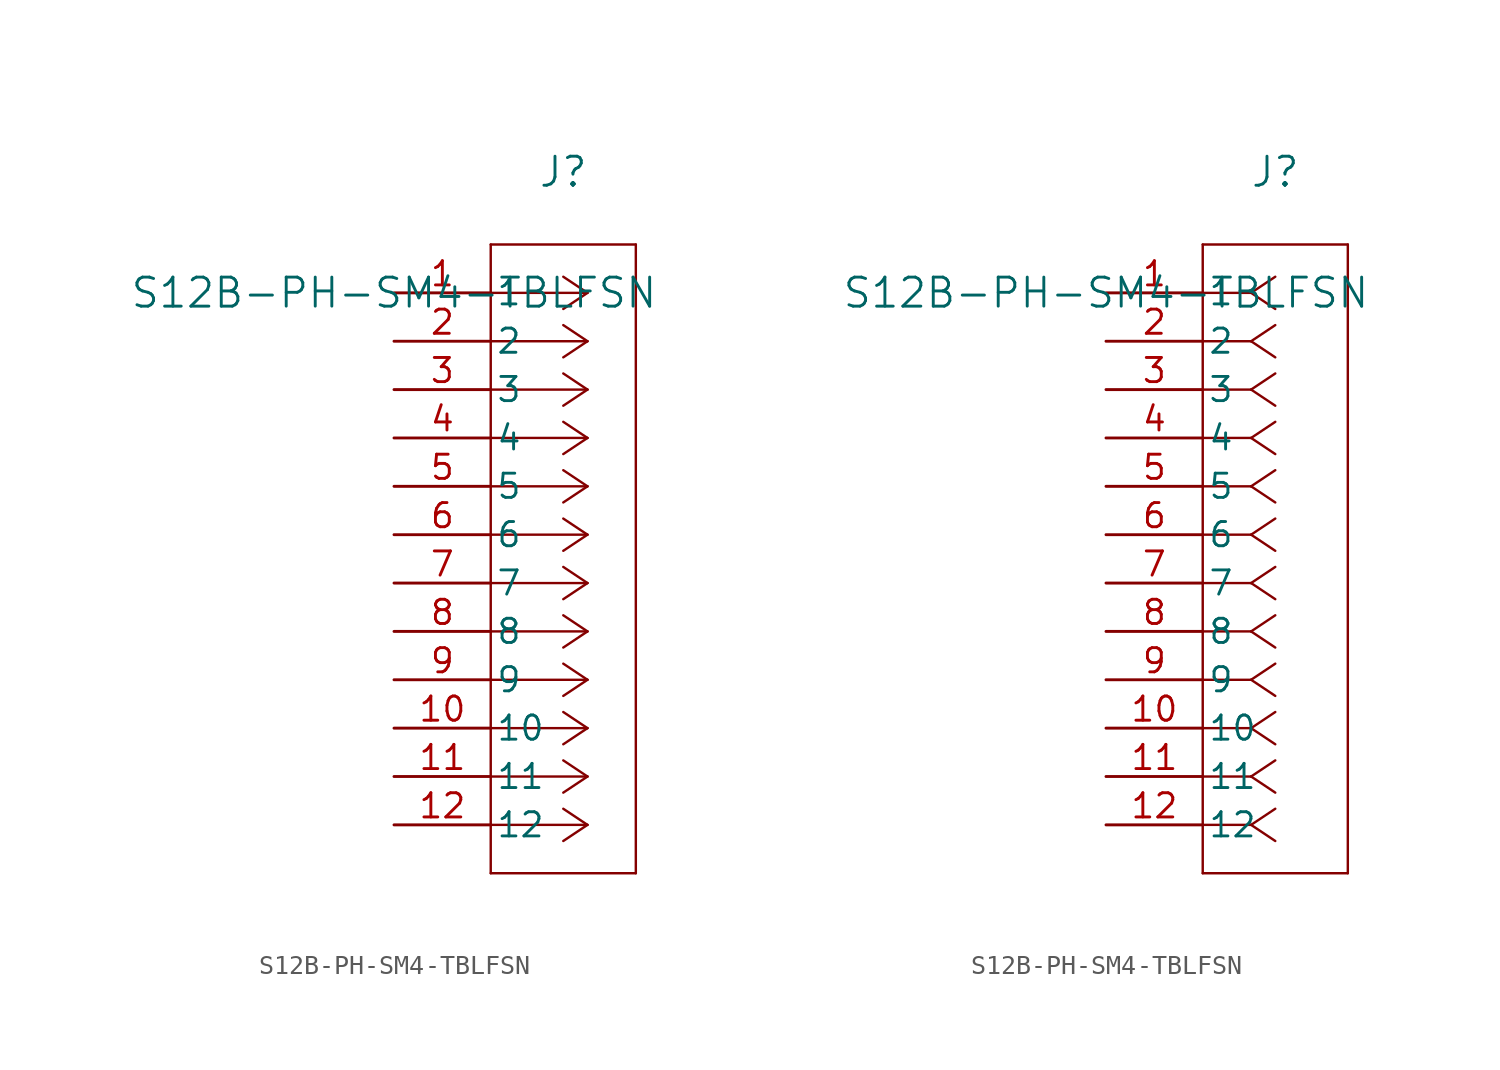
<source format=kicad_sym>
(kicad_symbol_lib
  (version 20211014)
  (generator kicad_symbol_editor)
  (symbol "S12B-PH-SM4-TBLFSN"
    (pin_names
      (offset 0.254))
    (property "Reference" "J"
      (at 8.89 6.35 0)
      (effects (font (size 1.524 1.524))))
    (property "Value" "S12B-PH-SM4-TBLFSN"
      (at 0 0 0)
      (effects (font (size 1.524 1.524))))
    (symbol "S12B-PH-SM4-TBLFSN_1_1"
      (polyline (pts (xy 10.16 0) (xy 5.08 0)) (stroke (width 0.127) (type default) (color 0 0 0 0)) (fill (type none)))
      (polyline (pts (xy 10.16 -2.54) (xy 5.08 -2.54)) (stroke (width 0.127) (type default) (color 0 0 0 0)) (fill (type none)))
      (polyline (pts (xy 10.16 -5.08) (xy 5.08 -5.08)) (stroke (width 0.127) (type default) (color 0 0 0 0)) (fill (type none)))
      (polyline (pts (xy 10.16 -7.62) (xy 5.08 -7.62)) (stroke (width 0.127) (type default) (color 0 0 0 0)) (fill (type none)))
      (polyline (pts (xy 10.16 -10.16) (xy 5.08 -10.16)) (stroke (width 0.127) (type default) (color 0 0 0 0)) (fill (type none)))
      (polyline (pts (xy 10.16 -12.7) (xy 5.08 -12.7)) (stroke (width 0.127) (type default) (color 0 0 0 0)) (fill (type none)))
      (polyline (pts (xy 10.16 -15.24) (xy 5.08 -15.24)) (stroke (width 0.127) (type default) (color 0 0 0 0)) (fill (type none)))
      (polyline (pts (xy 10.16 -17.78) (xy 5.08 -17.78)) (stroke (width 0.127) (type default) (color 0 0 0 0)) (fill (type none)))
      (polyline (pts (xy 10.16 -20.32) (xy 5.08 -20.32)) (stroke (width 0.127) (type default) (color 0 0 0 0)) (fill (type none)))
      (polyline (pts (xy 10.16 -22.86) (xy 5.08 -22.86)) (stroke (width 0.127) (type default) (color 0 0 0 0)) (fill (type none)))
      (polyline (pts (xy 10.16 -25.4) (xy 5.08 -25.4)) (stroke (width 0.127) (type default) (color 0 0 0 0)) (fill (type none)))
      (polyline (pts (xy 10.16 -27.94) (xy 5.08 -27.94)) (stroke (width 0.127) (type default) (color 0 0 0 0)) (fill (type none)))
      (polyline (pts (xy 10.16 0) (xy 8.89 0.847)) (stroke (width 0.127) (type default) (color 0 0 0 0)) (fill (type none)))
      (polyline (pts (xy 10.16 -2.54) (xy 8.89 -1.693)) (stroke (width 0.127) (type default) (color 0 0 0 0)) (fill (type none)))
      (polyline (pts (xy 10.16 -5.08) (xy 8.89 -4.233)) (stroke (width 0.127) (type default) (color 0 0 0 0)) (fill (type none)))
      (polyline (pts (xy 10.16 -7.62) (xy 8.89 -6.773)) (stroke (width 0.127) (type default) (color 0 0 0 0)) (fill (type none)))
      (polyline (pts (xy 10.16 -10.16) (xy 8.89 -9.313)) (stroke (width 0.127) (type default) (color 0 0 0 0)) (fill (type none)))
      (polyline (pts (xy 10.16 -12.7) (xy 8.89 -11.853)) (stroke (width 0.127) (type default) (color 0 0 0 0)) (fill (type none)))
      (polyline (pts (xy 10.16 -15.24) (xy 8.89 -14.393)) (stroke (width 0.127) (type default) (color 0 0 0 0)) (fill (type none)))
      (polyline (pts (xy 10.16 -17.78) (xy 8.89 -16.933)) (stroke (width 0.127) (type default) (color 0 0 0 0)) (fill (type none)))
      (polyline (pts (xy 10.16 -20.32) (xy 8.89 -19.473)) (stroke (width 0.127) (type default) (color 0 0 0 0)) (fill (type none)))
      (polyline (pts (xy 10.16 -22.86) (xy 8.89 -22.013)) (stroke (width 0.127) (type default) (color 0 0 0 0)) (fill (type none)))
      (polyline (pts (xy 10.16 -25.4) (xy 8.89 -24.553)) (stroke (width 0.127) (type default) (color 0 0 0 0)) (fill (type none)))
      (polyline (pts (xy 10.16 -27.94) (xy 8.89 -27.093)) (stroke (width 0.127) (type default) (color 0 0 0 0)) (fill (type none)))
      (polyline (pts (xy 10.16 0) (xy 8.89 -0.847)) (stroke (width 0.127) (type default) (color 0 0 0 0)) (fill (type none)))
      (polyline (pts (xy 10.16 -2.54) (xy 8.89 -3.387)) (stroke (width 0.127) (type default) (color 0 0 0 0)) (fill (type none)))
      (polyline (pts (xy 10.16 -5.08) (xy 8.89 -5.927)) (stroke (width 0.127) (type default) (color 0 0 0 0)) (fill (type none)))
      (polyline (pts (xy 10.16 -7.62) (xy 8.89 -8.467)) (stroke (width 0.127) (type default) (color 0 0 0 0)) (fill (type none)))
      (polyline (pts (xy 10.16 -10.16) (xy 8.89 -11.007)) (stroke (width 0.127) (type default) (color 0 0 0 0)) (fill (type none)))
      (polyline (pts (xy 10.16 -12.7) (xy 8.89 -13.547)) (stroke (width 0.127) (type default) (color 0 0 0 0)) (fill (type none)))
      (polyline (pts (xy 10.16 -15.24) (xy 8.89 -16.087)) (stroke (width 0.127) (type default) (color 0 0 0 0)) (fill (type none)))
      (polyline (pts (xy 10.16 -17.78) (xy 8.89 -18.627)) (stroke (width 0.127) (type default) (color 0 0 0 0)) (fill (type none)))
      (polyline (pts (xy 10.16 -20.32) (xy 8.89 -21.167)) (stroke (width 0.127) (type default) (color 0 0 0 0)) (fill (type none)))
      (polyline (pts (xy 10.16 -22.86) (xy 8.89 -23.707)) (stroke (width 0.127) (type default) (color 0 0 0 0)) (fill (type none)))
      (polyline (pts (xy 10.16 -25.4) (xy 8.89 -26.247)) (stroke (width 0.127) (type default) (color 0 0 0 0)) (fill (type none)))
      (polyline (pts (xy 10.16 -27.94) (xy 8.89 -28.787)) (stroke (width 0.127) (type default) (color 0 0 0 0)) (fill (type none)))
      (polyline (pts (xy 5.08 2.54) (xy 5.08 -30.48)) (stroke (width 0.127) (type default) (color 0 0 0 0)) (fill (type none)))
      (polyline (pts (xy 5.08 -30.48) (xy 12.7 -30.48)) (stroke (width 0.127) (type default) (color 0 0 0 0)) (fill (type none)))
      (polyline (pts (xy 12.7 -30.48) (xy 12.7 2.54)) (stroke (width 0.127) (type default) (color 0 0 0 0)) (fill (type none)))
      (polyline (pts (xy 12.7 2.54) (xy 5.08 2.54)) (stroke (width 0.127) (type default) (color 0 0 0 0)) (fill (type none)))
      (pin unspecified line (at 0 0 0) (length 5.08) (name "1" (effects (font (size 1.27 1.27)))) (number "1" (effects (font (size 1.27 1.27)))))
      (pin unspecified line (at 0 -2.54 0) (length 5.08) (name "2" (effects (font (size 1.27 1.27)))) (number "2" (effects (font (size 1.27 1.27)))))
      (pin unspecified line (at 0 -5.08 0) (length 5.08) (name "3" (effects (font (size 1.27 1.27)))) (number "3" (effects (font (size 1.27 1.27)))))
      (pin unspecified line (at 0 -7.62 0) (length 5.08) (name "4" (effects (font (size 1.27 1.27)))) (number "4" (effects (font (size 1.27 1.27)))))
      (pin unspecified line (at 0 -10.16 0) (length 5.08) (name "5" (effects (font (size 1.27 1.27)))) (number "5" (effects (font (size 1.27 1.27)))))
      (pin unspecified line (at 0 -12.7 0) (length 5.08) (name "6" (effects (font (size 1.27 1.27)))) (number "6" (effects (font (size 1.27 1.27)))))
      (pin unspecified line (at 0 -15.24 0) (length 5.08) (name "7" (effects (font (size 1.27 1.27)))) (number "7" (effects (font (size 1.27 1.27)))))
      (pin unspecified line (at 0 -17.78 0) (length 5.08) (name "8" (effects (font (size 1.27 1.27)))) (number "8" (effects (font (size 1.27 1.27)))))
      (pin unspecified line (at 0 -20.32 0) (length 5.08) (name "9" (effects (font (size 1.27 1.27)))) (number "9" (effects (font (size 1.27 1.27)))))
      (pin unspecified line (at 0 -22.86 0) (length 5.08) (name "10" (effects (font (size 1.27 1.27)))) (number "10" (effects (font (size 1.27 1.27)))))
      (pin unspecified line (at 0 -25.4 0) (length 5.08) (name "11" (effects (font (size 1.27 1.27)))) (number "11" (effects (font (size 1.27 1.27)))))
      (pin unspecified line (at 0 -27.94 0) (length 5.08) (name "12" (effects (font (size 1.27 1.27)))) (number "12" (effects (font (size 1.27 1.27))))))
    (symbol "S12B-PH-SM4-TBLFSN_1_2"
      (polyline (pts (xy 7.62 0) (xy 5.08 0)) (stroke (width 0.127) (type default) (color 0 0 0 0)) (fill (type none)))
      (polyline (pts (xy 7.62 -2.54) (xy 5.08 -2.54)) (stroke (width 0.127) (type default) (color 0 0 0 0)) (fill (type none)))
      (polyline (pts (xy 7.62 -5.08) (xy 5.08 -5.08)) (stroke (width 0.127) (type default) (color 0 0 0 0)) (fill (type none)))
      (polyline (pts (xy 7.62 -7.62) (xy 5.08 -7.62)) (stroke (width 0.127) (type default) (color 0 0 0 0)) (fill (type none)))
      (polyline (pts (xy 7.62 -10.16) (xy 5.08 -10.16)) (stroke (width 0.127) (type default) (color 0 0 0 0)) (fill (type none)))
      (polyline (pts (xy 7.62 -12.7) (xy 5.08 -12.7)) (stroke (width 0.127) (type default) (color 0 0 0 0)) (fill (type none)))
      (polyline (pts (xy 7.62 -15.24) (xy 5.08 -15.24)) (stroke (width 0.127) (type default) (color 0 0 0 0)) (fill (type none)))
      (polyline (pts (xy 7.62 -17.78) (xy 5.08 -17.78)) (stroke (width 0.127) (type default) (color 0 0 0 0)) (fill (type none)))
      (polyline (pts (xy 7.62 -20.32) (xy 5.08 -20.32)) (stroke (width 0.127) (type default) (color 0 0 0 0)) (fill (type none)))
      (polyline (pts (xy 7.62 -22.86) (xy 5.08 -22.86)) (stroke (width 0.127) (type default) (color 0 0 0 0)) (fill (type none)))
      (polyline (pts (xy 7.62 -25.4) (xy 5.08 -25.4)) (stroke (width 0.127) (type default) (color 0 0 0 0)) (fill (type none)))
      (polyline (pts (xy 7.62 -27.94) (xy 5.08 -27.94)) (stroke (width 0.127) (type default) (color 0 0 0 0)) (fill (type none)))
      (polyline (pts (xy 7.62 0) (xy 8.89 0.847)) (stroke (width 0.127) (type default) (color 0 0 0 0)) (fill (type none)))
      (polyline (pts (xy 7.62 -2.54) (xy 8.89 -1.693)) (stroke (width 0.127) (type default) (color 0 0 0 0)) (fill (type none)))
      (polyline (pts (xy 7.62 -5.08) (xy 8.89 -4.233)) (stroke (width 0.127) (type default) (color 0 0 0 0)) (fill (type none)))
      (polyline (pts (xy 7.62 -7.62) (xy 8.89 -6.773)) (stroke (width 0.127) (type default) (color 0 0 0 0)) (fill (type none)))
      (polyline (pts (xy 7.62 -10.16) (xy 8.89 -9.313)) (stroke (width 0.127) (type default) (color 0 0 0 0)) (fill (type none)))
      (polyline (pts (xy 7.62 -12.7) (xy 8.89 -11.853)) (stroke (width 0.127) (type default) (color 0 0 0 0)) (fill (type none)))
      (polyline (pts (xy 7.62 -15.24) (xy 8.89 -14.393)) (stroke (width 0.127) (type default) (color 0 0 0 0)) (fill (type none)))
      (polyline (pts (xy 7.62 -17.78) (xy 8.89 -16.933)) (stroke (width 0.127) (type default) (color 0 0 0 0)) (fill (type none)))
      (polyline (pts (xy 7.62 -20.32) (xy 8.89 -19.473)) (stroke (width 0.127) (type default) (color 0 0 0 0)) (fill (type none)))
      (polyline (pts (xy 7.62 -22.86) (xy 8.89 -22.013)) (stroke (width 0.127) (type default) (color 0 0 0 0)) (fill (type none)))
      (polyline (pts (xy 7.62 -25.4) (xy 8.89 -24.553)) (stroke (width 0.127) (type default) (color 0 0 0 0)) (fill (type none)))
      (polyline (pts (xy 7.62 -27.94) (xy 8.89 -27.093)) (stroke (width 0.127) (type default) (color 0 0 0 0)) (fill (type none)))
      (polyline (pts (xy 7.62 0) (xy 8.89 -0.847)) (stroke (width 0.127) (type default) (color 0 0 0 0)) (fill (type none)))
      (polyline (pts (xy 7.62 -2.54) (xy 8.89 -3.387)) (stroke (width 0.127) (type default) (color 0 0 0 0)) (fill (type none)))
      (polyline (pts (xy 7.62 -5.08) (xy 8.89 -5.927)) (stroke (width 0.127) (type default) (color 0 0 0 0)) (fill (type none)))
      (polyline (pts (xy 7.62 -7.62) (xy 8.89 -8.467)) (stroke (width 0.127) (type default) (color 0 0 0 0)) (fill (type none)))
      (polyline (pts (xy 7.62 -10.16) (xy 8.89 -11.007)) (stroke (width 0.127) (type default) (color 0 0 0 0)) (fill (type none)))
      (polyline (pts (xy 7.62 -12.7) (xy 8.89 -13.547)) (stroke (width 0.127) (type default) (color 0 0 0 0)) (fill (type none)))
      (polyline (pts (xy 7.62 -15.24) (xy 8.89 -16.087)) (stroke (width 0.127) (type default) (color 0 0 0 0)) (fill (type none)))
      (polyline (pts (xy 7.62 -17.78) (xy 8.89 -18.627)) (stroke (width 0.127) (type default) (color 0 0 0 0)) (fill (type none)))
      (polyline (pts (xy 7.62 -20.32) (xy 8.89 -21.167)) (stroke (width 0.127) (type default) (color 0 0 0 0)) (fill (type none)))
      (polyline (pts (xy 7.62 -22.86) (xy 8.89 -23.707)) (stroke (width 0.127) (type default) (color 0 0 0 0)) (fill (type none)))
      (polyline (pts (xy 7.62 -25.4) (xy 8.89 -26.247)) (stroke (width 0.127) (type default) (color 0 0 0 0)) (fill (type none)))
      (polyline (pts (xy 7.62 -27.94) (xy 8.89 -28.787)) (stroke (width 0.127) (type default) (color 0 0 0 0)) (fill (type none)))
      (polyline (pts (xy 5.08 2.54) (xy 5.08 -30.48)) (stroke (width 0.127) (type default) (color 0 0 0 0)) (fill (type none)))
      (polyline (pts (xy 5.08 -30.48) (xy 12.7 -30.48)) (stroke (width 0.127) (type default) (color 0 0 0 0)) (fill (type none)))
      (polyline (pts (xy 12.7 -30.48) (xy 12.7 2.54)) (stroke (width 0.127) (type default) (color 0 0 0 0)) (fill (type none)))
      (polyline (pts (xy 12.7 2.54) (xy 5.08 2.54)) (stroke (width 0.127) (type default) (color 0 0 0 0)) (fill (type none)))
      (pin unspecified line (at 0 0 0) (length 5.08) (name "1" (effects (font (size 1.27 1.27)))) (number "1" (effects (font (size 1.27 1.27)))))
      (pin unspecified line (at 0 -2.54 0) (length 5.08) (name "2" (effects (font (size 1.27 1.27)))) (number "2" (effects (font (size 1.27 1.27)))))
      (pin unspecified line (at 0 -5.08 0) (length 5.08) (name "3" (effects (font (size 1.27 1.27)))) (number "3" (effects (font (size 1.27 1.27)))))
      (pin unspecified line (at 0 -7.62 0) (length 5.08) (name "4" (effects (font (size 1.27 1.27)))) (number "4" (effects (font (size 1.27 1.27)))))
      (pin unspecified line (at 0 -10.16 0) (length 5.08) (name "5" (effects (font (size 1.27 1.27)))) (number "5" (effects (font (size 1.27 1.27)))))
      (pin unspecified line (at 0 -12.7 0) (length 5.08) (name "6" (effects (font (size 1.27 1.27)))) (number "6" (effects (font (size 1.27 1.27)))))
      (pin unspecified line (at 0 -15.24 0) (length 5.08) (name "7" (effects (font (size 1.27 1.27)))) (number "7" (effects (font (size 1.27 1.27)))))
      (pin unspecified line (at 0 -17.78 0) (length 5.08) (name "8" (effects (font (size 1.27 1.27)))) (number "8" (effects (font (size 1.27 1.27)))))
      (pin unspecified line (at 0 -20.32 0) (length 5.08) (name "9" (effects (font (size 1.27 1.27)))) (number "9" (effects (font (size 1.27 1.27)))))
      (pin unspecified line (at 0 -22.86 0) (length 5.08) (name "10" (effects (font (size 1.27 1.27)))) (number "10" (effects (font (size 1.27 1.27)))))
      (pin unspecified line (at 0 -25.4 0) (length 5.08) (name "11" (effects (font (size 1.27 1.27)))) (number "11" (effects (font (size 1.27 1.27)))))
      (pin unspecified line (at 0 -27.94 0) (length 5.08) (name "12" (effects (font (size 1.27 1.27)))) (number "12" (effects (font (size 1.27 1.27))))))))
</source>
